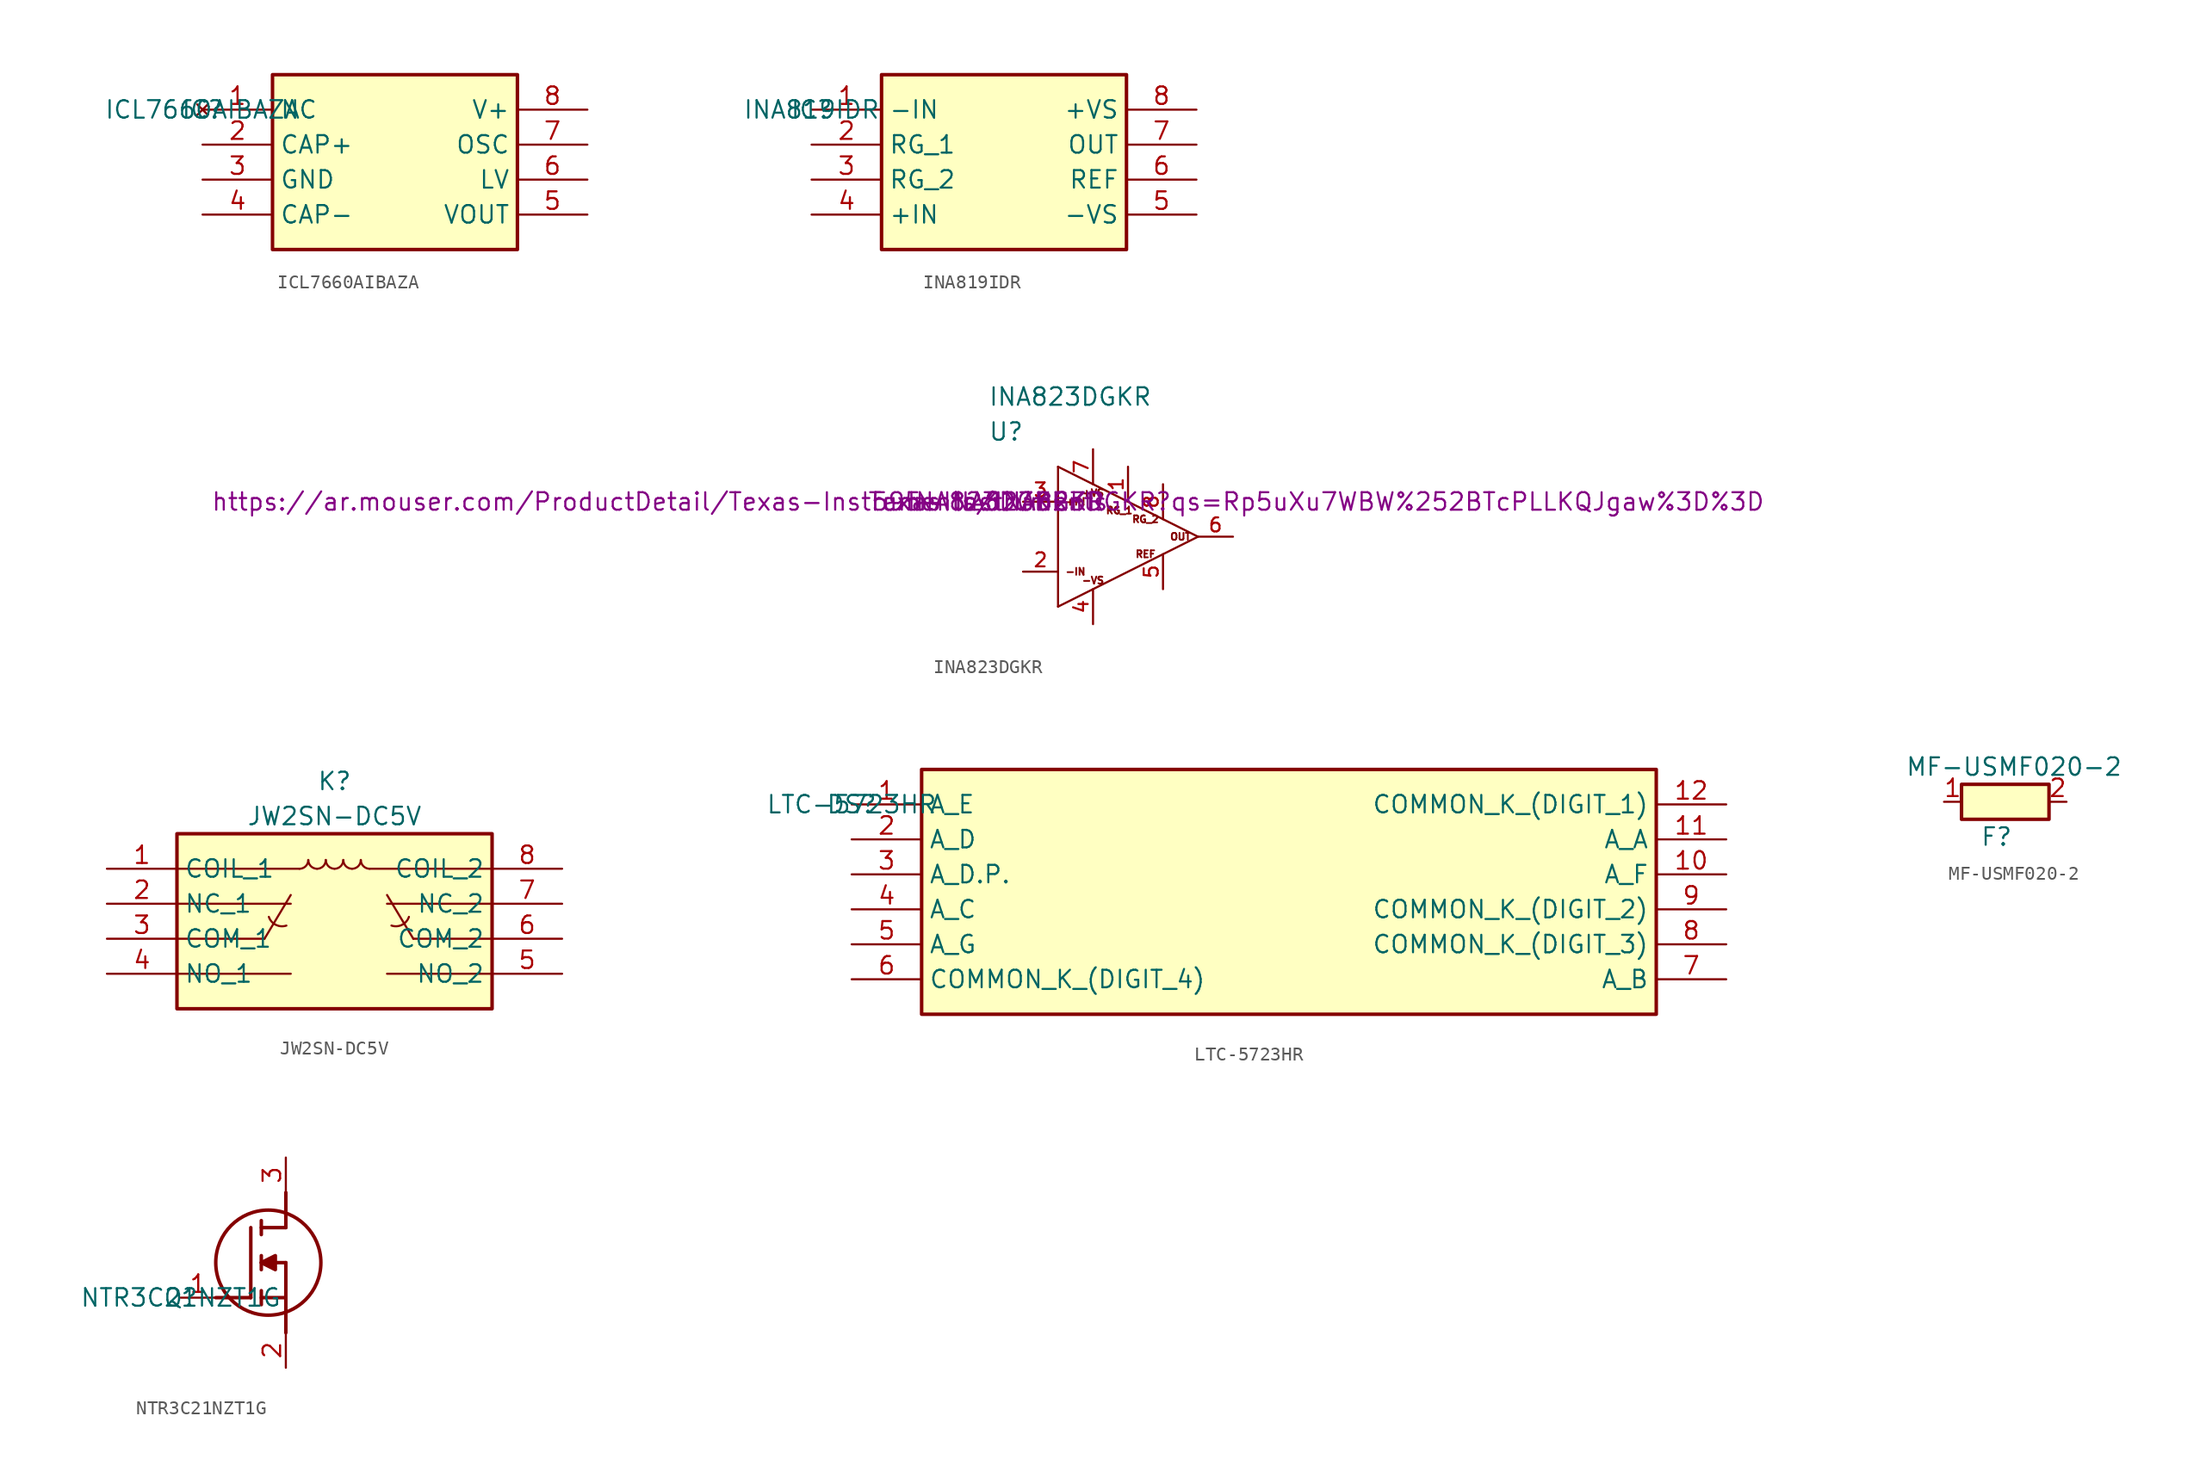
<source format=kicad_sym>
(kicad_symbol_lib
  (version 20211014)
  (generator kicad_symbol_editor)
  (symbol "ICL7660AIBAZA"
    (property "Reference" "IC"
      (at 0 0 0)
      (effects (font (size 1.27 1.27))))
    (property "Value" "ICL7660AIBAZA"
      (at 0 0 0)
      (effects (font (size 1.27 1.27))))
    (symbol "ICL7660AIBAZA_1_1"
      (rectangle (start 5.08 2.54) (end 22.86 -10.16) (stroke (width 0.254) (type default) (color 0 0 0 0)) (fill (type background)))
      (pin no_connect line (at 0 0 0) (length 5.08) (name "NC" (effects (font (size 1.27 1.27)))) (number "1" (effects (font (size 1.27 1.27)))))
      (pin passive line (at 0 -2.54 0) (length 5.08) (name "CAP+" (effects (font (size 1.27 1.27)))) (number "2" (effects (font (size 1.27 1.27)))))
      (pin passive line (at 0 -5.08 0) (length 5.08) (name "GND" (effects (font (size 1.27 1.27)))) (number "3" (effects (font (size 1.27 1.27)))))
      (pin passive line (at 0 -7.62 0) (length 5.08) (name "CAP-" (effects (font (size 1.27 1.27)))) (number "4" (effects (font (size 1.27 1.27)))))
      (pin passive line (at 27.94 -7.62 180) (length 5.08) (name "VOUT" (effects (font (size 1.27 1.27)))) (number "5" (effects (font (size 1.27 1.27)))))
      (pin passive line (at 27.94 -5.08 180) (length 5.08) (name "LV" (effects (font (size 1.27 1.27)))) (number "6" (effects (font (size 1.27 1.27)))))
      (pin passive line (at 27.94 -2.54 180) (length 5.08) (name "OSC" (effects (font (size 1.27 1.27)))) (number "7" (effects (font (size 1.27 1.27)))))
      (pin passive line (at 27.94 0 180) (length 5.08) (name "V+" (effects (font (size 1.27 1.27)))) (number "8" (effects (font (size 1.27 1.27)))))))
  (symbol "INA819IDR"
    (property "Reference" "IC"
      (at 0 0 0)
      (effects (font (size 1.27 1.27))))
    (property "Value" "INA819IDR"
      (at 0 0 0)
      (effects (font (size 1.27 1.27))))
    (symbol "INA819IDR_1_1"
      (rectangle (start 5.08 2.54) (end 22.86 -10.16) (stroke (width 0.254) (type default) (color 0 0 0 0)) (fill (type background)))
      (pin passive line (at 0 0 0) (length 5.08) (name "-IN" (effects (font (size 1.27 1.27)))) (number "1" (effects (font (size 1.27 1.27)))))
      (pin passive line (at 0 -2.54 0) (length 5.08) (name "RG_1" (effects (font (size 1.27 1.27)))) (number "2" (effects (font (size 1.27 1.27)))))
      (pin passive line (at 0 -5.08 0) (length 5.08) (name "RG_2" (effects (font (size 1.27 1.27)))) (number "3" (effects (font (size 1.27 1.27)))))
      (pin passive line (at 0 -7.62 0) (length 5.08) (name "+IN" (effects (font (size 1.27 1.27)))) (number "4" (effects (font (size 1.27 1.27)))))
      (pin passive line (at 27.94 -7.62 180) (length 5.08) (name "-VS" (effects (font (size 1.27 1.27)))) (number "5" (effects (font (size 1.27 1.27)))))
      (pin passive line (at 27.94 -5.08 180) (length 5.08) (name "REF" (effects (font (size 1.27 1.27)))) (number "6" (effects (font (size 1.27 1.27)))))
      (pin passive line (at 27.94 -2.54 180) (length 5.08) (name "OUT" (effects (font (size 1.27 1.27)))) (number "7" (effects (font (size 1.27 1.27)))))
      (pin passive line (at 27.94 0 180) (length 5.08) (name "+VS" (effects (font (size 1.27 1.27)))) (number "8" (effects (font (size 1.27 1.27)))))))
  (symbol "INA823DGKR"
    (pin_names
      (offset 1.016))
    (property "Reference" "U"
      (at 0 5.08 0)
      (effects (font (size 1.27 1.27)) (justify left)))
    (property "Value" "INA823DGKR"
      (at 0 7.62 0)
      (effects (font (size 1.27 1.27)) (justify left)))
    (property "Mouser Part Number" "595-INA823DGKR"
      (at 0 0 0)
      (effects (font (size 1.27 1.27))))
    (property "Mouser Price/Stock" "https://ar.mouser.com/ProductDetail/Texas-Instruments/INA823DGKR?qs=Rp5uXu7WBW%252BTcPLLKQJgaw%3D%3D"
      (at 0 0 0)
      (effects (font (size 1.27 1.27))))
    (property "Manufacturer_Name" "Texas Instruments"
      (at 0 0 0)
      (effects (font (size 1.27 1.27))))
    (property "Manufacturer_Part_Number" "INA823DGKR"
      (at 0 0 0)
      (effects (font (size 1.27 1.27))))
    (symbol "INA823DGKR_0_0"
      (text "+IN" (at 6.35 0 0) (effects (font (size 0.508 0.508))))
      (text "+VS" (at 7.62 0.635 0) (effects (font (size 0.508 0.508))))
      (text "-IN" (at 6.35 -5.08 0) (effects (font (size 0.508 0.508))))
      (text "-VS" (at 7.62 -5.715 0) (effects (font (size 0.508 0.508))))
      (text "OUT" (at 13.97 -2.54 0) (effects (font (size 0.508 0.508))))
      (text "REF" (at 11.43 -3.81 0) (effects (font (size 0.508 0.508))))
      (text "RG_1" (at 9.525 -0.635 0) (effects (font (size 0.508 0.508))))
      (text "RG_2" (at 11.43 -1.27 0) (effects (font (size 0.508 0.508)))))
    (symbol "INA823DGKR_1_0"
      (text "_" (at 5.588 0.762 0) (effects (font (size 1.524 1.524)) hide)))
    (symbol "INA823DGKR_1_1"
      (polyline (pts (xy 5.08 -7.62) (xy 5.08 2.54)) (stroke (width 0) (type default) (color 0 0 0 0)) (fill (type none)))
      (polyline (pts (xy 5.08 -7.62) (xy 15.24 -2.54)) (stroke (width 0) (type default) (color 0 0 0 0)) (fill (type none)))
      (polyline (pts (xy 5.08 2.54) (xy 15.24 -2.54)) (stroke (width 0) (type default) (color 0 0 0 0)) (fill (type none)))
      (pin passive line (at 10.16 2.54 270) (length 2.54) (name "RG_1" (effects (font (size 0 0)))) (number "1" (effects (font (size 1.016 1.016)))))
      (pin passive line (at 2.54 -5.08 0) (length 2.54) (name "-IN" (effects (font (size 0 0)))) (number "2" (effects (font (size 1.016 1.016)))))
      (pin passive line (at 2.54 0 0) (length 2.54) (name "+IN" (effects (font (size 0 0)))) (number "3" (effects (font (size 1.016 1.016)))))
      (pin passive line (at 7.62 -8.89 90) (length 2.54) (name "-VS" (effects (font (size 0 0)))) (number "4" (effects (font (size 1.016 1.016)))))
      (pin passive line (at 12.7 -6.35 90) (length 2.54) (name "REF" (effects (font (size 0 0)))) (number "5" (effects (font (size 1.016 1.016)))))
      (pin passive line (at 17.78 -2.54 180) (length 2.54) (name "OUT" (effects (font (size 0 0)))) (number "6" (effects (font (size 1.016 1.016)))))
      (pin passive line (at 7.62 3.81 270) (length 2.54) (name "+VS" (effects (font (size 0 0)))) (number "7" (effects (font (size 1.016 1.016)))))
      (pin passive line (at 12.7 1.27 270) (length 2.54) (name "RG_2" (effects (font (size 0 0)))) (number "8" (effects (font (size 1.016 1.016)))))))
  (symbol "JW2SN-DC5V"
    (property "Reference" "K"
      (at 16.51 6.35 0)
      (effects (font (size 1.27 1.27))))
    (property "Value" "JW2SN-DC5V"
      (at 16.51 3.81 0)
      (effects (font (size 1.27 1.27))))
    (symbol "JW2SN-DC5V_0_1"
      (polyline (pts (xy 5.08 -7.62) (xy 13.335 -7.62)) (stroke (width 0) (type default) (color 0 0 0 0)) (fill (type none)))
      (polyline (pts (xy 5.08 -5.08) (xy 11.43 -5.08)) (stroke (width 0) (type default) (color 0 0 0 0)) (fill (type none)))
      (polyline (pts (xy 5.08 -2.54) (xy 13.335 -2.54)) (stroke (width 0) (type default) (color 0 0 0 0)) (fill (type none)))
      (polyline (pts (xy 5.08 0) (xy 13.97 0)) (stroke (width 0) (type default) (color 0 0 0 0)) (fill (type none)))
      (polyline (pts (xy 11.43 -5.08) (xy 13.335 -1.905)) (stroke (width 0) (type default) (color 0 0 0 0)) (fill (type none)))
      (polyline (pts (xy 19.05 0) (xy 27.94 0)) (stroke (width 0) (type default) (color 0 0 0 0)) (fill (type none)))
      (polyline (pts (xy 22.225 -5.08) (xy 20.32 -1.905)) (stroke (width 0) (type default) (color 0 0 0 0)) (fill (type none)))
      (polyline (pts (xy 27.94 -7.62) (xy 20.32 -7.62)) (stroke (width 0) (type default) (color 0 0 0 0)) (fill (type none)))
      (polyline (pts (xy 27.94 -5.08) (xy 22.225 -5.08)) (stroke (width 0) (type default) (color 0 0 0 0)) (fill (type none)))
      (polyline (pts (xy 27.94 -2.54) (xy 20.32 -2.54)) (stroke (width 0) (type default) (color 0 0 0 0)) (fill (type none)))
      (arc (start 11.7486 -3.4904) (mid 11.6152 -5.3445) (end 13.0186 -4.1254) (stroke (width 0) (type default) (color 0 0 0 0)) (fill (type none)))
      (arc (start 13.97 0) (mid 15.054 -0.449) (end 14.605 0.635) (stroke (width 0) (type default) (color 0 0 0 0)) (fill (type none)))
      (arc (start 14.605 0.635) (mid 14.156 -0.449) (end 15.24 0) (stroke (width 0) (type default) (color 0 0 0 0)) (fill (type none)))
      (arc (start 15.24 0) (mid 16.324 -0.449) (end 15.875 0.635) (stroke (width 0) (type default) (color 0 0 0 0)) (fill (type none)))
      (arc (start 15.875 0.635) (mid 15.426 -0.449) (end 16.51 0) (stroke (width 0) (type default) (color 0 0 0 0)) (fill (type none)))
      (arc (start 16.51 0) (mid 17.594 -0.449) (end 17.145 0.635) (stroke (width 0) (type default) (color 0 0 0 0)) (fill (type none)))
      (arc (start 17.145 0.635) (mid 16.696 -0.449) (end 17.78 0) (stroke (width 0) (type default) (color 0 0 0 0)) (fill (type none)))
      (arc (start 17.78 0) (mid 18.864 -0.449) (end 18.415 0.635) (stroke (width 0) (type default) (color 0 0 0 0)) (fill (type none)))
      (arc (start 18.415 0.635) (mid 17.966 -0.449) (end 19.05 0) (stroke (width 0) (type default) (color 0 0 0 0)) (fill (type none)))
      (arc (start 20.6375 -4.1275) (mid 22.039 -5.343) (end 21.9075 -3.4925) (stroke (width 0) (type default) (color 0 0 0 0)) (fill (type none))))
    (symbol "JW2SN-DC5V_1_1"
      (rectangle (start 5.08 2.54) (end 27.94 -10.16) (stroke (width 0.254) (type default) (color 0 0 0 0)) (fill (type background)))
      (pin passive line (at 0 0 0) (length 5.08) (name "COIL_1" (effects (font (size 1.27 1.27)))) (number "1" (effects (font (size 1.27 1.27)))))
      (pin passive line (at 0 -2.54 0) (length 5.08) (name "NC_1" (effects (font (size 1.27 1.27)))) (number "2" (effects (font (size 1.27 1.27)))))
      (pin passive line (at 0 -5.08 0) (length 5.08) (name "COM_1" (effects (font (size 1.27 1.27)))) (number "3" (effects (font (size 1.27 1.27)))))
      (pin passive line (at 0 -7.62 0) (length 5.08) (name "NO_1" (effects (font (size 1.27 1.27)))) (number "4" (effects (font (size 1.27 1.27)))))
      (pin passive line (at 33.02 -7.62 180) (length 5.08) (name "NO_2" (effects (font (size 1.27 1.27)))) (number "5" (effects (font (size 1.27 1.27)))))
      (pin passive line (at 33.02 -5.08 180) (length 5.08) (name "COM_2" (effects (font (size 1.27 1.27)))) (number "6" (effects (font (size 1.27 1.27)))))
      (pin passive line (at 33.02 -2.54 180) (length 5.08) (name "NC_2" (effects (font (size 1.27 1.27)))) (number "7" (effects (font (size 1.27 1.27)))))
      (pin passive line (at 33.02 0 180) (length 5.08) (name "COIL_2" (effects (font (size 1.27 1.27)))) (number "8" (effects (font (size 1.27 1.27)))))))
  (symbol "LTC-5723HR"
    (property "Reference" "DS"
      (at 0 0 0)
      (effects (font (size 1.27 1.27))))
    (property "Value" "LTC-5723HR"
      (at 0 0 0)
      (effects (font (size 1.27 1.27))))
    (symbol "LTC-5723HR_1_1"
      (rectangle (start 5.08 2.54) (end 58.42 -15.24) (stroke (width 0.254) (type default) (color 0 0 0 0)) (fill (type background)))
      (pin passive line (at 0 0 0) (length 5.08) (name "A_E" (effects (font (size 1.27 1.27)))) (number "1" (effects (font (size 1.27 1.27)))))
      (pin passive line (at 63.5 -5.08 180) (length 5.08) (name "A_F" (effects (font (size 1.27 1.27)))) (number "10" (effects (font (size 1.27 1.27)))))
      (pin passive line (at 63.5 -2.54 180) (length 5.08) (name "A_A" (effects (font (size 1.27 1.27)))) (number "11" (effects (font (size 1.27 1.27)))))
      (pin passive line (at 63.5 0 180) (length 5.08) (name "COMMON_K_(DIGIT_1)" (effects (font (size 1.27 1.27)))) (number "12" (effects (font (size 1.27 1.27)))))
      (pin passive line (at 0 -2.54 0) (length 5.08) (name "A_D" (effects (font (size 1.27 1.27)))) (number "2" (effects (font (size 1.27 1.27)))))
      (pin passive line (at 0 -5.08 0) (length 5.08) (name "A_D.P." (effects (font (size 1.27 1.27)))) (number "3" (effects (font (size 1.27 1.27)))))
      (pin passive line (at 0 -7.62 0) (length 5.08) (name "A_C" (effects (font (size 1.27 1.27)))) (number "4" (effects (font (size 1.27 1.27)))))
      (pin passive line (at 0 -10.16 0) (length 5.08) (name "A_G" (effects (font (size 1.27 1.27)))) (number "5" (effects (font (size 1.27 1.27)))))
      (pin passive line (at 0 -12.7 0) (length 5.08) (name "COMMON_K_(DIGIT_4)" (effects (font (size 1.27 1.27)))) (number "6" (effects (font (size 1.27 1.27)))))
      (pin passive line (at 63.5 -12.7 180) (length 5.08) (name "A_B" (effects (font (size 1.27 1.27)))) (number "7" (effects (font (size 1.27 1.27)))))
      (pin passive line (at 63.5 -10.16 180) (length 5.08) (name "COMMON_K_(DIGIT_3)" (effects (font (size 1.27 1.27)))) (number "8" (effects (font (size 1.27 1.27)))))
      (pin passive line (at 63.5 -7.62 180) (length 5.08) (name "COMMON_K_(DIGIT_2)" (effects (font (size 1.27 1.27)))) (number "9" (effects (font (size 1.27 1.27)))))))
  (symbol "MF-USMF020-2"
    (pin_names hide)
    (property "Reference" "F"
      (at 3.81 -2.54 0)
      (effects (font (size 1.27 1.27))))
    (property "Value" "MF-USMF020-2"
      (at 5.08 2.54 0)
      (effects (font (size 1.27 1.27))))
    (symbol "MF-USMF020-2_1_1"
      (rectangle (start 1.27 1.27) (end 7.62 -1.27) (stroke (width 0.254) (type default) (color 0 0 0 0)) (fill (type background)))
      (pin passive line (at 0 0 0) (length 1.27) (name "1" (effects (font (size 1.27 1.27)))) (number "1" (effects (font (size 1.27 1.27)))))
      (pin passive line (at 8.89 0 180) (length 1.27) (name "2" (effects (font (size 1.27 1.27)))) (number "2" (effects (font (size 1.27 1.27)))))))
  (symbol "NTR3C21NZT1G"
    (pin_names hide)
    (property "Reference" "Q"
      (at 0 0 0)
      (effects (font (size 1.27 1.27))))
    (property "Value" "NTR3C21NZT1G"
      (at 0 0 0)
      (effects (font (size 1.27 1.27))))
    (symbol "NTR3C21NZT1G_1_1"
      (polyline (pts (xy 2.54 0) (xy 5.08 0)) (stroke (width 0.254) (type default) (color 0 0 0 0)) (fill (type none)))
      (polyline (pts (xy 5.08 5.08) (xy 5.08 0)) (stroke (width 0.254) (type default) (color 0 0 0 0)) (fill (type none)))
      (polyline (pts (xy 5.842 -0.508) (xy 5.842 0.508)) (stroke (width 0.254) (type default) (color 0 0 0 0)) (fill (type none)))
      (polyline (pts (xy 5.842 0) (xy 7.62 0)) (stroke (width 0.254) (type default) (color 0 0 0 0)) (fill (type none)))
      (polyline (pts (xy 5.842 2.032) (xy 5.842 3.048)) (stroke (width 0.254) (type default) (color 0 0 0 0)) (fill (type none)))
      (polyline (pts (xy 5.842 5.588) (xy 5.842 4.572)) (stroke (width 0.254) (type default) (color 0 0 0 0)) (fill (type none)))
      (polyline (pts (xy 7.62 2.54) (xy 5.842 2.54)) (stroke (width 0.254) (type default) (color 0 0 0 0)) (fill (type none)))
      (polyline (pts (xy 7.62 2.54) (xy 7.62 -2.54)) (stroke (width 0.254) (type default) (color 0 0 0 0)) (fill (type none)))
      (polyline (pts (xy 7.62 5.08) (xy 5.842 5.08)) (stroke (width 0.254) (type default) (color 0 0 0 0)) (fill (type none)))
      (polyline (pts (xy 7.62 5.08) (xy 7.62 7.62)) (stroke (width 0.254) (type default) (color 0 0 0 0)) (fill (type none)))
      (polyline (pts (xy 5.842 2.54) (xy 6.858 3.048) (xy 6.858 2.032) (xy 5.842 2.54)) (stroke (width 0.254) (type default) (color 0 0 0 0)) (fill (type outline)))
      (circle (center 6.35 2.54) (radius 3.81) (stroke (width 0.254) (type default) (color 0 0 0 0)) (fill (type none)))
      (pin passive line (at 0 0 0) (length 2.54) (name "G" (effects (font (size 1.27 1.27)))) (number "1" (effects (font (size 1.27 1.27)))))
      (pin passive line (at 7.62 -5.08 90) (length 2.54) (name "S" (effects (font (size 1.27 1.27)))) (number "2" (effects (font (size 1.27 1.27)))))
      (pin passive line (at 7.62 10.16 270) (length 2.54) (name "D" (effects (font (size 1.27 1.27)))) (number "3" (effects (font (size 1.27 1.27))))))))
</source>
